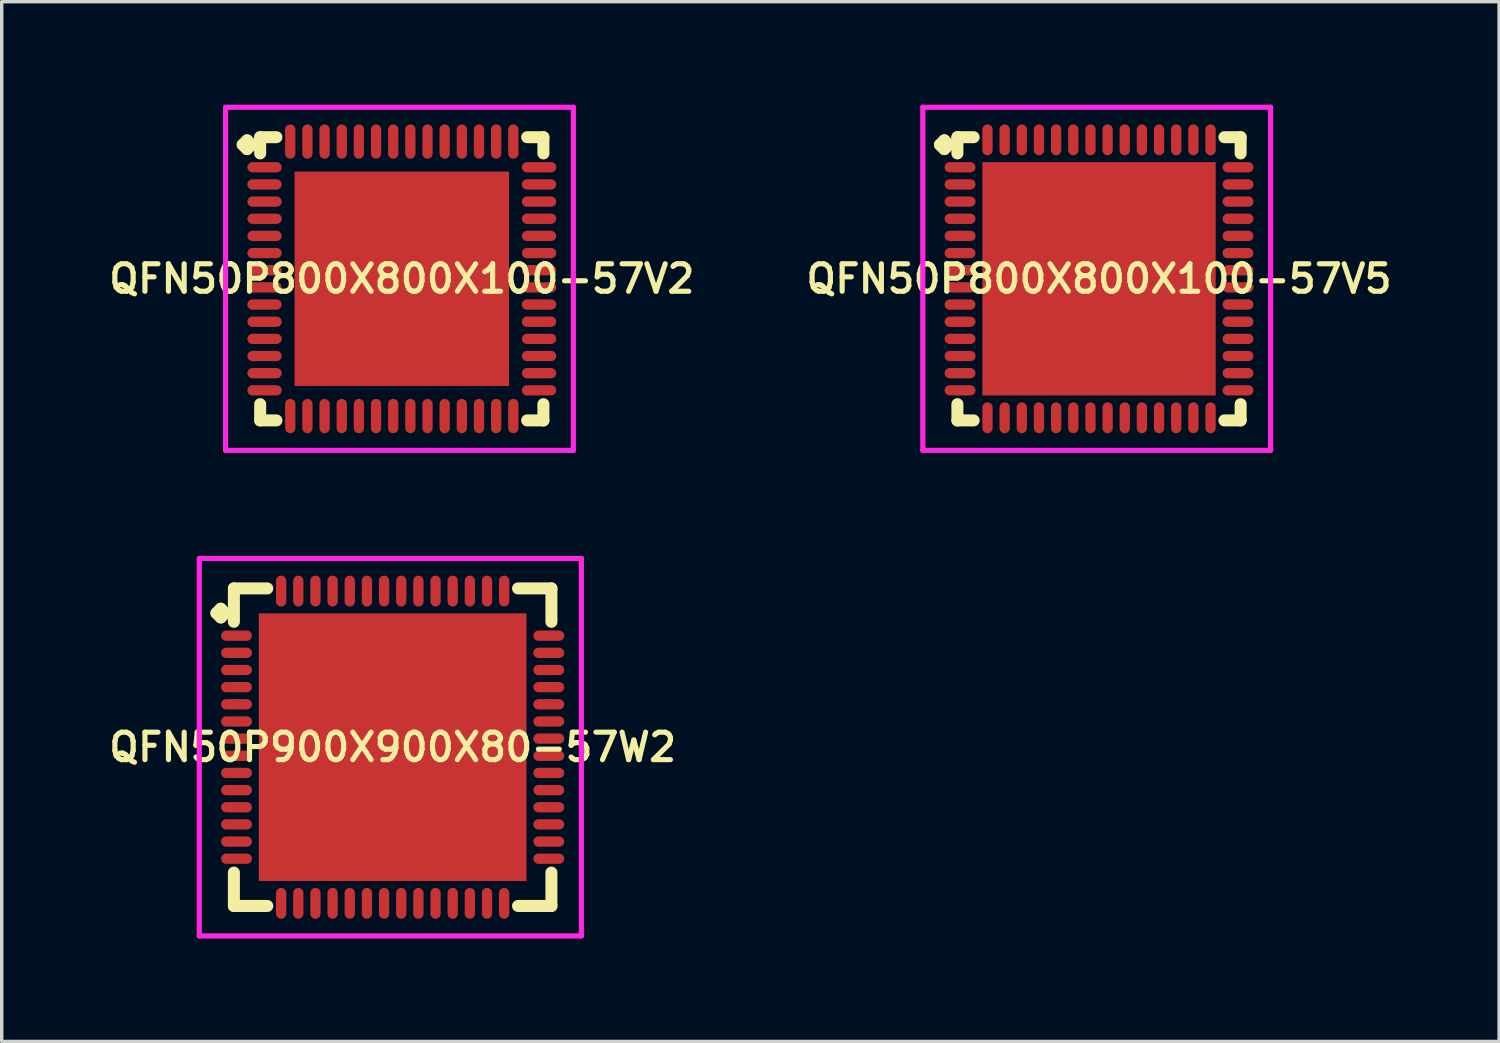
<source format=kicad_pcb>
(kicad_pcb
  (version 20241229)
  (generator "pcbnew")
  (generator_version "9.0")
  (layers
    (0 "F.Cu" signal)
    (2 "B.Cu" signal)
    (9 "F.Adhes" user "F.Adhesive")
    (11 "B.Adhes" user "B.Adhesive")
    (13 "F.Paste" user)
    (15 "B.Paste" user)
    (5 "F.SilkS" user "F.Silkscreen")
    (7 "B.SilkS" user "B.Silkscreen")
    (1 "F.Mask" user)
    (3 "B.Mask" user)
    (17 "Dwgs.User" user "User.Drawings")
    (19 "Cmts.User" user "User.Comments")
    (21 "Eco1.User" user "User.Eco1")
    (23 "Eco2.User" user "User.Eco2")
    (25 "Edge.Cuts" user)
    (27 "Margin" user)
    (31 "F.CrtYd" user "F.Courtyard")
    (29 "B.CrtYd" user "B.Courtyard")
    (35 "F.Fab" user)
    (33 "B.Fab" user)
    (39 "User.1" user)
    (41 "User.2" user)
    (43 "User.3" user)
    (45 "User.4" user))
  (footprint "QFN50P800X800X100-57V2"
    (layer "F.Cu")
    (at 8.659 5.075)
    (property "Reference" "QFN50P800X800X100-57V2" (at 0 0 0) (layer "F.SilkS") (effects (font (size 0.8 0.8) (thickness 0.15))))
    (attr smd)
    (fp_line (start -4.635 -3.908) (end -4.508 -4.035) (stroke (width 0.35) (type solid)) (layer "F.SilkS"))
    (fp_line (start -4.508 -4.035) (end -4.381 -3.908) (stroke (width 0.35) (type solid)) (layer "F.SilkS"))
    (fp_line (start -4.508 -3.781) (end -4.635 -3.908) (stroke (width 0.35) (type solid)) (layer "F.SilkS"))
    (fp_line (start -4.381 -3.908) (end -4.508 -3.781) (stroke (width 0.35) (type solid)) (layer "F.SilkS"))
    (fp_line (start -4.127 -4.127) (end -3.654 -4.127) (stroke (width 0.35) (type solid)) (layer "F.SilkS"))
    (fp_line (start -4.127 -3.654) (end -4.127 -4.127) (stroke (width 0.35) (type solid)) (layer "F.SilkS"))
    (fp_line (start -4.127 3.654) (end -4.127 4.127) (stroke (width 0.35) (type solid)) (layer "F.SilkS"))
    (fp_line (start -4.127 4.127) (end -3.654 4.127) (stroke (width 0.35) (type solid)) (layer "F.SilkS"))
    (fp_line (start 3.654 -4.127) (end 4.127 -4.127) (stroke (width 0.35) (type solid)) (layer "F.SilkS"))
    (fp_line (start 3.654 4.127) (end 4.127 4.127) (stroke (width 0.35) (type solid)) (layer "F.SilkS"))
    (fp_line (start 4.127 -4.127) (end 4.127 -3.654) (stroke (width 0.35) (type solid)) (layer "F.SilkS"))
    (fp_line (start 4.127 4.127) (end 4.127 3.654) (stroke (width 0.35) (type solid)) (layer "F.SilkS"))
    (fp_line (start -5.135 -5) (end 5 -5) (stroke (width 0.15) (type solid)) (layer "F.CrtYd"))
    (fp_line (start -5.135 5) (end -5.135 -5) (stroke (width 0.15) (type solid)) (layer "F.CrtYd"))
    (fp_line (start 5 -5) (end 5 5) (stroke (width 0.15) (type solid)) (layer "F.CrtYd"))
    (fp_line (start 5 5) (end -5.135 5) (stroke (width 0.15) (type solid)) (layer "F.CrtYd"))
    (pad "1" smd oval (at -4 -3.25) (size 1 0.3) (layers "F.Cu" "F.Mask" "F.Paste"))
    (pad "2" smd oval (at -4 -2.75) (size 1 0.3) (layers "F.Cu" "F.Mask" "F.Paste"))
    (pad "3" smd oval (at -4 -2.25) (size 1 0.3) (layers "F.Cu" "F.Mask" "F.Paste"))
    (pad "4" smd oval (at -4 -1.75) (size 1 0.3) (layers "F.Cu" "F.Mask" "F.Paste"))
    (pad "5" smd oval (at -4 -1.25) (size 1 0.3) (layers "F.Cu" "F.Mask" "F.Paste"))
    (pad "6" smd oval (at -4 -0.75) (size 1 0.3) (layers "F.Cu" "F.Mask" "F.Paste"))
    (pad "7" smd oval (at -4 -0.25) (size 1 0.3) (layers "F.Cu" "F.Mask" "F.Paste"))
    (pad "8" smd oval (at -4 0.25) (size 1 0.3) (layers "F.Cu" "F.Mask" "F.Paste"))
    (pad "9" smd oval (at -4 0.75) (size 1 0.3) (layers "F.Cu" "F.Mask" "F.Paste"))
    (pad "10" smd oval (at -4 1.25) (size 1 0.3) (layers "F.Cu" "F.Mask" "F.Paste"))
    (pad "11" smd oval (at -4 1.75) (size 1 0.3) (layers "F.Cu" "F.Mask" "F.Paste"))
    (pad "12" smd oval (at -4 2.25) (size 1 0.3) (layers "F.Cu" "F.Mask" "F.Paste"))
    (pad "13" smd oval (at -4 2.75) (size 1 0.3) (layers "F.Cu" "F.Mask" "F.Paste"))
    (pad "14" smd oval (at -4 3.25) (size 1 0.3) (layers "F.Cu" "F.Mask" "F.Paste"))
    (pad "15" smd oval (at -3.25 4) (size 0.3 1) (layers "F.Cu" "F.Mask" "F.Paste"))
    (pad "16" smd oval (at -2.75 4) (size 0.3 1) (layers "F.Cu" "F.Mask" "F.Paste"))
    (pad "17" smd oval (at -2.25 4) (size 0.3 1) (layers "F.Cu" "F.Mask" "F.Paste"))
    (pad "18" smd oval (at -1.75 4) (size 0.3 1) (layers "F.Cu" "F.Mask" "F.Paste"))
    (pad "19" smd oval (at -1.25 4) (size 0.3 1) (layers "F.Cu" "F.Mask" "F.Paste"))
    (pad "20" smd oval (at -0.75 4) (size 0.3 1) (layers "F.Cu" "F.Mask" "F.Paste"))
    (pad "21" smd oval (at -0.25 4) (size 0.3 1) (layers "F.Cu" "F.Mask" "F.Paste"))
    (pad "22" smd oval (at 0.25 4) (size 0.3 1) (layers "F.Cu" "F.Mask" "F.Paste"))
    (pad "23" smd oval (at 0.75 4) (size 0.3 1) (layers "F.Cu" "F.Mask" "F.Paste"))
    (pad "24" smd oval (at 1.25 4) (size 0.3 1) (layers "F.Cu" "F.Mask" "F.Paste"))
    (pad "25" smd oval (at 1.75 4) (size 0.3 1) (layers "F.Cu" "F.Mask" "F.Paste"))
    (pad "26" smd oval (at 2.25 4) (size 0.3 1) (layers "F.Cu" "F.Mask" "F.Paste"))
    (pad "27" smd oval (at 2.75 4) (size 0.3 1) (layers "F.Cu" "F.Mask" "F.Paste"))
    (pad "28" smd oval (at 3.25 4) (size 0.3 1) (layers "F.Cu" "F.Mask" "F.Paste"))
    (pad "29" smd oval (at 4 3.25) (size 1 0.3) (layers "F.Cu" "F.Mask" "F.Paste"))
    (pad "30" smd oval (at 4 2.75) (size 1 0.3) (layers "F.Cu" "F.Mask" "F.Paste"))
    (pad "31" smd oval (at 4 2.25) (size 1 0.3) (layers "F.Cu" "F.Mask" "F.Paste"))
    (pad "32" smd oval (at 4 1.75) (size 1 0.3) (layers "F.Cu" "F.Mask" "F.Paste"))
    (pad "33" smd oval (at 4 1.25) (size 1 0.3) (layers "F.Cu" "F.Mask" "F.Paste"))
    (pad "34" smd oval (at 4 0.75) (size 1 0.3) (layers "F.Cu" "F.Mask" "F.Paste"))
    (pad "35" smd oval (at 4 0.25) (size 1 0.3) (layers "F.Cu" "F.Mask" "F.Paste"))
    (pad "36" smd oval (at 4 -0.25) (size 1 0.3) (layers "F.Cu" "F.Mask" "F.Paste"))
    (pad "37" smd oval (at 4 -0.75) (size 1 0.3) (layers "F.Cu" "F.Mask" "F.Paste"))
    (pad "38" smd oval (at 4 -1.25) (size 1 0.3) (layers "F.Cu" "F.Mask" "F.Paste"))
    (pad "39" smd oval (at 4 -1.75) (size 1 0.3) (layers "F.Cu" "F.Mask" "F.Paste"))
    (pad "40" smd oval (at 4 -2.25) (size 1 0.3) (layers "F.Cu" "F.Mask" "F.Paste"))
    (pad "41" smd oval (at 4 -2.75) (size 1 0.3) (layers "F.Cu" "F.Mask" "F.Paste"))
    (pad "42" smd oval (at 4 -3.25) (size 1 0.3) (layers "F.Cu" "F.Mask" "F.Paste"))
    (pad "43" smd oval (at 3.25 -4) (size 0.3 1) (layers "F.Cu" "F.Mask" "F.Paste"))
    (pad "44" smd oval (at 2.75 -4) (size 0.3 1) (layers "F.Cu" "F.Mask" "F.Paste"))
    (pad "45" smd oval (at 2.25 -4) (size 0.3 1) (layers "F.Cu" "F.Mask" "F.Paste"))
    (pad "46" smd oval (at 1.75 -4) (size 0.3 1) (layers "F.Cu" "F.Mask" "F.Paste"))
    (pad "47" smd oval (at 1.25 -4) (size 0.3 1) (layers "F.Cu" "F.Mask" "F.Paste"))
    (pad "48" smd oval (at 0.75 -4) (size 0.3 1) (layers "F.Cu" "F.Mask" "F.Paste"))
    (pad "49" smd oval (at 0.25 -4) (size 0.3 1) (layers "F.Cu" "F.Mask" "F.Paste"))
    (pad "50" smd oval (at -0.25 -4) (size 0.3 1) (layers "F.Cu" "F.Mask" "F.Paste"))
    (pad "51" smd oval (at -0.75 -4) (size 0.3 1) (layers "F.Cu" "F.Mask" "F.Paste"))
    (pad "52" smd oval (at -1.25 -4) (size 0.3 1) (layers "F.Cu" "F.Mask" "F.Paste"))
    (pad "53" smd oval (at -1.75 -4) (size 0.3 1) (layers "F.Cu" "F.Mask" "F.Paste"))
    (pad "54" smd oval (at -2.25 -4) (size 0.3 1) (layers "F.Cu" "F.Mask" "F.Paste"))
    (pad "55" smd oval (at -2.75 -4) (size 0.3 1) (layers "F.Cu" "F.Mask" "F.Paste"))
    (pad "56" smd oval (at -3.25 -4) (size 0.3 1) (layers "F.Cu" "F.Mask" "F.Paste"))
    (pad "57" smd rect (at 0 0) (size 6.25 6.25) (layers "F.Cu" "F.Mask" "F.Paste")))
  (footprint "QFN50P800X800X100-57V5"
    (layer "F.Cu")
    (at 28.978 5.075)
    (property "Reference" "QFN50P800X800X100-57V5" (at 0 0 0) (layer "F.SilkS") (effects (font (size 0.8 0.8) (thickness 0.15))))
    (attr smd)
    (fp_line (start -4.635 -3.908) (end -4.508 -4.035) (stroke (width 0.35) (type solid)) (layer "F.SilkS"))
    (fp_line (start -4.508 -4.035) (end -4.381 -3.908) (stroke (width 0.35) (type solid)) (layer "F.SilkS"))
    (fp_line (start -4.508 -3.781) (end -4.635 -3.908) (stroke (width 0.35) (type solid)) (layer "F.SilkS"))
    (fp_line (start -4.381 -3.908) (end -4.508 -3.781) (stroke (width 0.35) (type solid)) (layer "F.SilkS"))
    (fp_line (start -4.127 -4.127) (end -3.654 -4.127) (stroke (width 0.35) (type solid)) (layer "F.SilkS"))
    (fp_line (start -4.127 -3.654) (end -4.127 -4.127) (stroke (width 0.35) (type solid)) (layer "F.SilkS"))
    (fp_line (start -4.127 3.654) (end -4.127 4.127) (stroke (width 0.35) (type solid)) (layer "F.SilkS"))
    (fp_line (start -4.127 4.127) (end -3.654 4.127) (stroke (width 0.35) (type solid)) (layer "F.SilkS"))
    (fp_line (start 3.654 -4.127) (end 4.127 -4.127) (stroke (width 0.35) (type solid)) (layer "F.SilkS"))
    (fp_line (start 3.654 4.127) (end 4.127 4.127) (stroke (width 0.35) (type solid)) (layer "F.SilkS"))
    (fp_line (start 4.127 -4.127) (end 4.127 -3.654) (stroke (width 0.35) (type solid)) (layer "F.SilkS"))
    (fp_line (start 4.127 4.127) (end 4.127 3.654) (stroke (width 0.35) (type solid)) (layer "F.SilkS"))
    (fp_line (start -5.135 -5) (end 5 -5) (stroke (width 0.15) (type solid)) (layer "F.CrtYd"))
    (fp_line (start -5.135 5) (end -5.135 -5) (stroke (width 0.15) (type solid)) (layer "F.CrtYd"))
    (fp_line (start 5 -5) (end 5 5) (stroke (width 0.15) (type solid)) (layer "F.CrtYd"))
    (fp_line (start 5 5) (end -5.135 5) (stroke (width 0.15) (type solid)) (layer "F.CrtYd"))
    (pad "1" smd oval (at -4.05 -3.25) (size 0.9 0.3) (layers "F.Cu" "F.Mask" "F.Paste"))
    (pad "2" smd oval (at -4.05 -2.75) (size 0.9 0.3) (layers "F.Cu" "F.Mask" "F.Paste"))
    (pad "3" smd oval (at -4.05 -2.25) (size 0.9 0.3) (layers "F.Cu" "F.Mask" "F.Paste"))
    (pad "4" smd oval (at -4.05 -1.75) (size 0.9 0.3) (layers "F.Cu" "F.Mask" "F.Paste"))
    (pad "5" smd oval (at -4.05 -1.25) (size 0.9 0.3) (layers "F.Cu" "F.Mask" "F.Paste"))
    (pad "6" smd oval (at -4.05 -0.75) (size 0.9 0.3) (layers "F.Cu" "F.Mask" "F.Paste"))
    (pad "7" smd oval (at -4.05 -0.25) (size 0.9 0.3) (layers "F.Cu" "F.Mask" "F.Paste"))
    (pad "8" smd oval (at -4.05 0.25) (size 0.9 0.3) (layers "F.Cu" "F.Mask" "F.Paste"))
    (pad "9" smd oval (at -4.05 0.75) (size 0.9 0.3) (layers "F.Cu" "F.Mask" "F.Paste"))
    (pad "10" smd oval (at -4.05 1.25) (size 0.9 0.3) (layers "F.Cu" "F.Mask" "F.Paste"))
    (pad "11" smd oval (at -4.05 1.75) (size 0.9 0.3) (layers "F.Cu" "F.Mask" "F.Paste"))
    (pad "12" smd oval (at -4.05 2.25) (size 0.9 0.3) (layers "F.Cu" "F.Mask" "F.Paste"))
    (pad "13" smd oval (at -4.05 2.75) (size 0.9 0.3) (layers "F.Cu" "F.Mask" "F.Paste"))
    (pad "14" smd oval (at -4.05 3.25) (size 0.9 0.3) (layers "F.Cu" "F.Mask" "F.Paste"))
    (pad "15" smd oval (at -3.25 4.05) (size 0.3 0.9) (layers "F.Cu" "F.Mask" "F.Paste"))
    (pad "16" smd oval (at -2.75 4.05) (size 0.3 0.9) (layers "F.Cu" "F.Mask" "F.Paste"))
    (pad "17" smd oval (at -2.25 4.05) (size 0.3 0.9) (layers "F.Cu" "F.Mask" "F.Paste"))
    (pad "18" smd oval (at -1.75 4.05) (size 0.3 0.9) (layers "F.Cu" "F.Mask" "F.Paste"))
    (pad "19" smd oval (at -1.25 4.05) (size 0.3 0.9) (layers "F.Cu" "F.Mask" "F.Paste"))
    (pad "20" smd oval (at -0.75 4.05) (size 0.3 0.9) (layers "F.Cu" "F.Mask" "F.Paste"))
    (pad "21" smd oval (at -0.25 4.05) (size 0.3 0.9) (layers "F.Cu" "F.Mask" "F.Paste"))
    (pad "22" smd oval (at 0.25 4.05) (size 0.3 0.9) (layers "F.Cu" "F.Mask" "F.Paste"))
    (pad "23" smd oval (at 0.75 4.05) (size 0.3 0.9) (layers "F.Cu" "F.Mask" "F.Paste"))
    (pad "24" smd oval (at 1.25 4.05) (size 0.3 0.9) (layers "F.Cu" "F.Mask" "F.Paste"))
    (pad "25" smd oval (at 1.75 4.05) (size 0.3 0.9) (layers "F.Cu" "F.Mask" "F.Paste"))
    (pad "26" smd oval (at 2.25 4.05) (size 0.3 0.9) (layers "F.Cu" "F.Mask" "F.Paste"))
    (pad "27" smd oval (at 2.75 4.05) (size 0.3 0.9) (layers "F.Cu" "F.Mask" "F.Paste"))
    (pad "28" smd oval (at 3.25 4.05) (size 0.3 0.9) (layers "F.Cu" "F.Mask" "F.Paste"))
    (pad "29" smd oval (at 4.05 3.25) (size 0.9 0.3) (layers "F.Cu" "F.Mask" "F.Paste"))
    (pad "30" smd oval (at 4.05 2.75) (size 0.9 0.3) (layers "F.Cu" "F.Mask" "F.Paste"))
    (pad "31" smd oval (at 4.05 2.25) (size 0.9 0.3) (layers "F.Cu" "F.Mask" "F.Paste"))
    (pad "32" smd oval (at 4.05 1.75) (size 0.9 0.3) (layers "F.Cu" "F.Mask" "F.Paste"))
    (pad "33" smd oval (at 4.05 1.25) (size 0.9 0.3) (layers "F.Cu" "F.Mask" "F.Paste"))
    (pad "34" smd oval (at 4.05 0.75) (size 0.9 0.3) (layers "F.Cu" "F.Mask" "F.Paste"))
    (pad "35" smd oval (at 4.05 0.25) (size 0.9 0.3) (layers "F.Cu" "F.Mask" "F.Paste"))
    (pad "36" smd oval (at 4.05 -0.25) (size 0.9 0.3) (layers "F.Cu" "F.Mask" "F.Paste"))
    (pad "37" smd oval (at 4.05 -0.75) (size 0.9 0.3) (layers "F.Cu" "F.Mask" "F.Paste"))
    (pad "38" smd oval (at 4.05 -1.25) (size 0.9 0.3) (layers "F.Cu" "F.Mask" "F.Paste"))
    (pad "39" smd oval (at 4.05 -1.75) (size 0.9 0.3) (layers "F.Cu" "F.Mask" "F.Paste"))
    (pad "40" smd oval (at 4.05 -2.25) (size 0.9 0.3) (layers "F.Cu" "F.Mask" "F.Paste"))
    (pad "41" smd oval (at 4.05 -2.75) (size 0.9 0.3) (layers "F.Cu" "F.Mask" "F.Paste"))
    (pad "42" smd oval (at 4.05 -3.25) (size 0.9 0.3) (layers "F.Cu" "F.Mask" "F.Paste"))
    (pad "43" smd oval (at 3.25 -4.05) (size 0.3 0.9) (layers "F.Cu" "F.Mask" "F.Paste"))
    (pad "44" smd oval (at 2.75 -4.05) (size 0.3 0.9) (layers "F.Cu" "F.Mask" "F.Paste"))
    (pad "45" smd oval (at 2.25 -4.05) (size 0.3 0.9) (layers "F.Cu" "F.Mask" "F.Paste"))
    (pad "46" smd oval (at 1.75 -4.05) (size 0.3 0.9) (layers "F.Cu" "F.Mask" "F.Paste"))
    (pad "47" smd oval (at 1.25 -4.05) (size 0.3 0.9) (layers "F.Cu" "F.Mask" "F.Paste"))
    (pad "48" smd oval (at 0.75 -4.05) (size 0.3 0.9) (layers "F.Cu" "F.Mask" "F.Paste"))
    (pad "49" smd oval (at 0.25 -4.05) (size 0.3 0.9) (layers "F.Cu" "F.Mask" "F.Paste"))
    (pad "50" smd oval (at -0.25 -4.05) (size 0.3 0.9) (layers "F.Cu" "F.Mask" "F.Paste"))
    (pad "51" smd oval (at -0.75 -4.05) (size 0.3 0.9) (layers "F.Cu" "F.Mask" "F.Paste"))
    (pad "52" smd oval (at -1.25 -4.05) (size 0.3 0.9) (layers "F.Cu" "F.Mask" "F.Paste"))
    (pad "53" smd oval (at -1.75 -4.05) (size 0.3 0.9) (layers "F.Cu" "F.Mask" "F.Paste"))
    (pad "54" smd oval (at -2.25 -4.05) (size 0.3 0.9) (layers "F.Cu" "F.Mask" "F.Paste"))
    (pad "55" smd oval (at -2.75 -4.05) (size 0.3 0.9) (layers "F.Cu" "F.Mask" "F.Paste"))
    (pad "56" smd oval (at -3.25 -4.05) (size 0.3 0.9) (layers "F.Cu" "F.Mask" "F.Paste"))
    (pad "57" smd rect (at 0 0) (size 6.8 6.8) (layers "F.Cu" "F.Mask" "F.Paste")))
  (footprint "QFN50P900X900X80-57W2"
    (layer "F.Cu")
    (at 8.393 18.725)
    (property "Reference" "QFN50P900X900X80-57W2" (at 0 0 0) (layer "F.SilkS") (effects (font (size 0.8 0.8) (thickness 0.15))))
    (attr smd)
    (fp_line (start -5.135 -3.908) (end -5.008 -4.035) (stroke (width 0.35) (type solid)) (layer "F.SilkS"))
    (fp_line (start -5.008 -4.035) (end -4.881 -3.908) (stroke (width 0.35) (type solid)) (layer "F.SilkS"))
    (fp_line (start -5.008 -3.781) (end -5.135 -3.908) (stroke (width 0.35) (type solid)) (layer "F.SilkS"))
    (fp_line (start -4.881 -3.908) (end -5.008 -3.781) (stroke (width 0.35) (type solid)) (layer "F.SilkS"))
    (fp_line (start -4.627 -4.627) (end -3.654 -4.627) (stroke (width 0.35) (type solid)) (layer "F.SilkS"))
    (fp_line (start -4.627 -3.654) (end -4.627 -4.627) (stroke (width 0.35) (type solid)) (layer "F.SilkS"))
    (fp_line (start -4.627 3.654) (end -4.627 4.627) (stroke (width 0.35) (type solid)) (layer "F.SilkS"))
    (fp_line (start -4.627 4.627) (end -3.654 4.627) (stroke (width 0.35) (type solid)) (layer "F.SilkS"))
    (fp_line (start 3.654 -4.627) (end 4.627 -4.627) (stroke (width 0.35) (type solid)) (layer "F.SilkS"))
    (fp_line (start 3.654 4.627) (end 4.627 4.627) (stroke (width 0.35) (type solid)) (layer "F.SilkS"))
    (fp_line (start 4.627 -4.627) (end 4.627 -3.654) (stroke (width 0.35) (type solid)) (layer "F.SilkS"))
    (fp_line (start 4.627 4.627) (end 4.627 3.654) (stroke (width 0.35) (type solid)) (layer "F.SilkS"))
    (fp_line (start -5.635 -5.5) (end 5.5 -5.5) (stroke (width 0.15) (type solid)) (layer "F.CrtYd"))
    (fp_line (start -5.635 5.5) (end -5.635 -5.5) (stroke (width 0.15) (type solid)) (layer "F.CrtYd"))
    (fp_line (start 5.5 -5.5) (end 5.5 5.5) (stroke (width 0.15) (type solid)) (layer "F.CrtYd"))
    (fp_line (start 5.5 5.5) (end -5.635 5.5) (stroke (width 0.15) (type solid)) (layer "F.CrtYd"))
    (pad "1" smd oval (at -4.55 -3.25) (size 0.9 0.3) (layers "F.Cu" "F.Mask" "F.Paste"))
    (pad "2" smd oval (at -4.55 -2.75) (size 0.9 0.3) (layers "F.Cu" "F.Mask" "F.Paste"))
    (pad "3" smd oval (at -4.55 -2.25) (size 0.9 0.3) (layers "F.Cu" "F.Mask" "F.Paste"))
    (pad "4" smd oval (at -4.55 -1.75) (size 0.9 0.3) (layers "F.Cu" "F.Mask" "F.Paste"))
    (pad "5" smd oval (at -4.55 -1.25) (size 0.9 0.3) (layers "F.Cu" "F.Mask" "F.Paste"))
    (pad "6" smd oval (at -4.55 -0.75) (size 0.9 0.3) (layers "F.Cu" "F.Mask" "F.Paste"))
    (pad "7" smd oval (at -4.55 -0.25) (size 0.9 0.3) (layers "F.Cu" "F.Mask" "F.Paste"))
    (pad "8" smd oval (at -4.55 0.25) (size 0.9 0.3) (layers "F.Cu" "F.Mask" "F.Paste"))
    (pad "9" smd oval (at -4.55 0.75) (size 0.9 0.3) (layers "F.Cu" "F.Mask" "F.Paste"))
    (pad "10" smd oval (at -4.55 1.25) (size 0.9 0.3) (layers "F.Cu" "F.Mask" "F.Paste"))
    (pad "11" smd oval (at -4.55 1.75) (size 0.9 0.3) (layers "F.Cu" "F.Mask" "F.Paste"))
    (pad "12" smd oval (at -4.55 2.25) (size 0.9 0.3) (layers "F.Cu" "F.Mask" "F.Paste"))
    (pad "13" smd oval (at -4.55 2.75) (size 0.9 0.3) (layers "F.Cu" "F.Mask" "F.Paste"))
    (pad "14" smd oval (at -4.55 3.25) (size 0.9 0.3) (layers "F.Cu" "F.Mask" "F.Paste"))
    (pad "15" smd oval (at -3.25 4.55) (size 0.3 0.9) (layers "F.Cu" "F.Mask" "F.Paste"))
    (pad "16" smd oval (at -2.75 4.55) (size 0.3 0.9) (layers "F.Cu" "F.Mask" "F.Paste"))
    (pad "17" smd oval (at -2.25 4.55) (size 0.3 0.9) (layers "F.Cu" "F.Mask" "F.Paste"))
    (pad "18" smd oval (at -1.75 4.55) (size 0.3 0.9) (layers "F.Cu" "F.Mask" "F.Paste"))
    (pad "19" smd oval (at -1.25 4.55) (size 0.3 0.9) (layers "F.Cu" "F.Mask" "F.Paste"))
    (pad "20" smd oval (at -0.75 4.55) (size 0.3 0.9) (layers "F.Cu" "F.Mask" "F.Paste"))
    (pad "21" smd oval (at -0.25 4.55) (size 0.3 0.9) (layers "F.Cu" "F.Mask" "F.Paste"))
    (pad "22" smd oval (at 0.25 4.55) (size 0.3 0.9) (layers "F.Cu" "F.Mask" "F.Paste"))
    (pad "23" smd oval (at 0.75 4.55) (size 0.3 0.9) (layers "F.Cu" "F.Mask" "F.Paste"))
    (pad "24" smd oval (at 1.25 4.55) (size 0.3 0.9) (layers "F.Cu" "F.Mask" "F.Paste"))
    (pad "25" smd oval (at 1.75 4.55) (size 0.3 0.9) (layers "F.Cu" "F.Mask" "F.Paste"))
    (pad "26" smd oval (at 2.25 4.55) (size 0.3 0.9) (layers "F.Cu" "F.Mask" "F.Paste"))
    (pad "27" smd oval (at 2.75 4.55) (size 0.3 0.9) (layers "F.Cu" "F.Mask" "F.Paste"))
    (pad "28" smd oval (at 3.25 4.55) (size 0.3 0.9) (layers "F.Cu" "F.Mask" "F.Paste"))
    (pad "29" smd oval (at 4.55 3.25) (size 0.9 0.3) (layers "F.Cu" "F.Mask" "F.Paste"))
    (pad "30" smd oval (at 4.55 2.75) (size 0.9 0.3) (layers "F.Cu" "F.Mask" "F.Paste"))
    (pad "31" smd oval (at 4.55 2.25) (size 0.9 0.3) (layers "F.Cu" "F.Mask" "F.Paste"))
    (pad "32" smd oval (at 4.55 1.75) (size 0.9 0.3) (layers "F.Cu" "F.Mask" "F.Paste"))
    (pad "33" smd oval (at 4.55 1.25) (size 0.9 0.3) (layers "F.Cu" "F.Mask" "F.Paste"))
    (pad "34" smd oval (at 4.55 0.75) (size 0.9 0.3) (layers "F.Cu" "F.Mask" "F.Paste"))
    (pad "35" smd oval (at 4.55 0.25) (size 0.9 0.3) (layers "F.Cu" "F.Mask" "F.Paste"))
    (pad "36" smd oval (at 4.55 -0.25) (size 0.9 0.3) (layers "F.Cu" "F.Mask" "F.Paste"))
    (pad "37" smd oval (at 4.55 -0.75) (size 0.9 0.3) (layers "F.Cu" "F.Mask" "F.Paste"))
    (pad "38" smd oval (at 4.55 -1.25) (size 0.9 0.3) (layers "F.Cu" "F.Mask" "F.Paste"))
    (pad "39" smd oval (at 4.55 -1.75) (size 0.9 0.3) (layers "F.Cu" "F.Mask" "F.Paste"))
    (pad "40" smd oval (at 4.55 -2.25) (size 0.9 0.3) (layers "F.Cu" "F.Mask" "F.Paste"))
    (pad "41" smd oval (at 4.55 -2.75) (size 0.9 0.3) (layers "F.Cu" "F.Mask" "F.Paste"))
    (pad "42" smd oval (at 4.55 -3.25) (size 0.9 0.3) (layers "F.Cu" "F.Mask" "F.Paste"))
    (pad "43" smd oval (at 3.25 -4.55) (size 0.3 0.9) (layers "F.Cu" "F.Mask" "F.Paste"))
    (pad "44" smd oval (at 2.75 -4.55) (size 0.3 0.9) (layers "F.Cu" "F.Mask" "F.Paste"))
    (pad "45" smd oval (at 2.25 -4.55) (size 0.3 0.9) (layers "F.Cu" "F.Mask" "F.Paste"))
    (pad "46" smd oval (at 1.75 -4.55) (size 0.3 0.9) (layers "F.Cu" "F.Mask" "F.Paste"))
    (pad "47" smd oval (at 1.25 -4.55) (size 0.3 0.9) (layers "F.Cu" "F.Mask" "F.Paste"))
    (pad "48" smd oval (at 0.75 -4.55) (size 0.3 0.9) (layers "F.Cu" "F.Mask" "F.Paste"))
    (pad "49" smd oval (at 0.25 -4.55) (size 0.3 0.9) (layers "F.Cu" "F.Mask" "F.Paste"))
    (pad "50" smd oval (at -0.25 -4.55) (size 0.3 0.9) (layers "F.Cu" "F.Mask" "F.Paste"))
    (pad "51" smd oval (at -0.75 -4.55) (size 0.3 0.9) (layers "F.Cu" "F.Mask" "F.Paste"))
    (pad "52" smd oval (at -1.25 -4.55) (size 0.3 0.9) (layers "F.Cu" "F.Mask" "F.Paste"))
    (pad "53" smd oval (at -1.75 -4.55) (size 0.3 0.9) (layers "F.Cu" "F.Mask" "F.Paste"))
    (pad "54" smd oval (at -2.25 -4.55) (size 0.3 0.9) (layers "F.Cu" "F.Mask" "F.Paste"))
    (pad "55" smd oval (at -2.75 -4.55) (size 0.3 0.9) (layers "F.Cu" "F.Mask" "F.Paste"))
    (pad "56" smd oval (at -3.25 -4.55) (size 0.3 0.9) (layers "F.Cu" "F.Mask" "F.Paste"))
    (pad "57" smd rect (at 0 0) (size 7.8 7.8) (layers "F.Cu" "F.Mask" "F.Paste")))
  (gr_rect
    (start -3 -3)
    (end 40.637 27.3)
    (stroke (width 0.1) (type default))
    (fill no)
    (layer "Edge.Cuts")))
</source>
